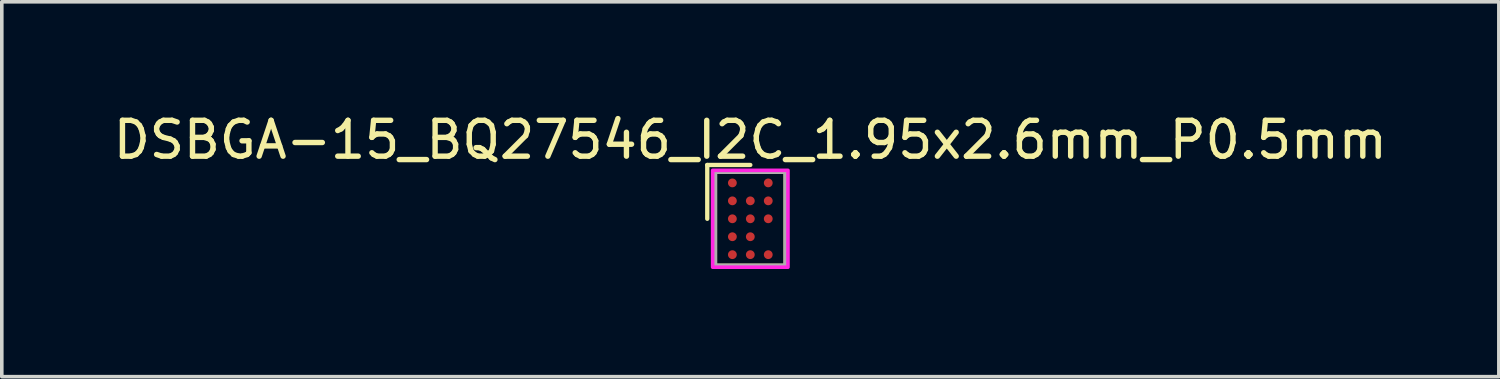
<source format=kicad_pcb>
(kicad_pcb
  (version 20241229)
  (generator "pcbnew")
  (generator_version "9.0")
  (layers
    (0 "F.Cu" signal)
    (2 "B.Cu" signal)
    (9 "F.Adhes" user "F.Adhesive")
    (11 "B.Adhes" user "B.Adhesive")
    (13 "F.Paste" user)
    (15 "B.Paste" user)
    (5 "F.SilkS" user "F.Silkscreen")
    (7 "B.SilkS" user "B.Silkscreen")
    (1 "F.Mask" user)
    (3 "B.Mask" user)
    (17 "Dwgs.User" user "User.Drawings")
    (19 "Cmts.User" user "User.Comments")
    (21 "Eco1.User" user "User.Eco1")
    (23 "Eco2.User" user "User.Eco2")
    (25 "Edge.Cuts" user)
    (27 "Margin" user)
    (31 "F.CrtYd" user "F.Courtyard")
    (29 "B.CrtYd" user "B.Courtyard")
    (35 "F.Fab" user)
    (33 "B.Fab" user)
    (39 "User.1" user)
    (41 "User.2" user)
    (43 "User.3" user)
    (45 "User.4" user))
  (footprint "DSBGA-15_BQ27546_I2C_1.95x2.6mm_P0.5mm"
    (layer "F.Cu")
    (at 17.863 3.048)
    (property "Reference" "DSBGA-15_BQ27546_I2C_1.95x2.6mm_P0.5mm" (at 0 -2.2 0) (unlocked yes) (layer "F.SilkS") (effects (font (size 1 1) (thickness 0.15))))
    (attr smd)
    (fp_line (start -1.2 -1.5) (end 0 -1.5) (stroke (width 0.12) (type default)) (layer "F.SilkS"))
    (fp_line (start -1.2 0) (end -1.2 -1.5) (stroke (width 0.12) (type default)) (layer "F.SilkS"))
    (fp_rect (start -0.975 -1.3) (end 0.975 1.3) (stroke (width 0.1) (type default)) (fill no) (layer "F.SilkS"))
    (fp_rect (start -1.05 -1.35) (end 1.05 1.35) (stroke (width 0.1) (type default)) (fill no) (layer "F.CrtYd"))
    (fp_rect (start -0.975 -1.3) (end 0.975 1.3) (stroke (width 0.1) (type default)) (fill no) (layer "F.Fab"))
    (pad "A1" smd circle (at -0.5 -1) (size 0.245 0.245) (layers "F.Cu" "F.Mask" "F.Paste"))
    (pad "A3" smd circle (at 0.5 -1) (size 0.245 0.245) (layers "F.Cu" "F.Mask" "F.Paste"))
    (pad "B1" smd circle (at -0.5 -0.5) (size 0.245 0.245) (layers "F.Cu" "F.Mask" "F.Paste"))
    (pad "B2" smd circle (at 0 -0.5) (size 0.245 0.245) (layers "F.Cu" "F.Mask" "F.Paste"))
    (pad "B3" smd circle (at 0.5 -0.5) (size 0.245 0.245) (layers "F.Cu" "F.Mask" "F.Paste"))
    (pad "C1" smd circle (at -0.5 0) (size 0.245 0.245) (layers "F.Cu" "F.Mask" "F.Paste"))
    (pad "C2" smd circle (at 0 0) (size 0.245 0.245) (layers "F.Cu" "F.Mask" "F.Paste"))
    (pad "C3" smd circle (at 0.5 0) (size 0.245 0.245) (layers "F.Cu" "F.Mask" "F.Paste"))
    (pad "D1" smd circle (at -0.5 0.5) (size 0.245 0.245) (layers "F.Cu" "F.Mask" "F.Paste"))
    (pad "D2" smd circle (at 0 0.5) (size 0.245 0.245) (layers "F.Cu" "F.Mask" "F.Paste"))
    (pad "E1" smd circle (at -0.5 1) (size 0.245 0.245) (layers "F.Cu" "F.Mask" "F.Paste"))
    (pad "E2" smd circle (at 0 1) (size 0.245 0.245) (layers "F.Cu" "F.Mask" "F.Paste"))
    (pad "E3" smd circle (at 0.5 1) (size 0.245 0.245) (layers "F.Cu" "F.Mask" "F.Paste")))
  (gr_rect
    (start -3 -3)
    (end 38.726 7.448)
    (stroke (width 0.1) (type default))
    (fill no)
    (layer "Edge.Cuts")))
</source>
